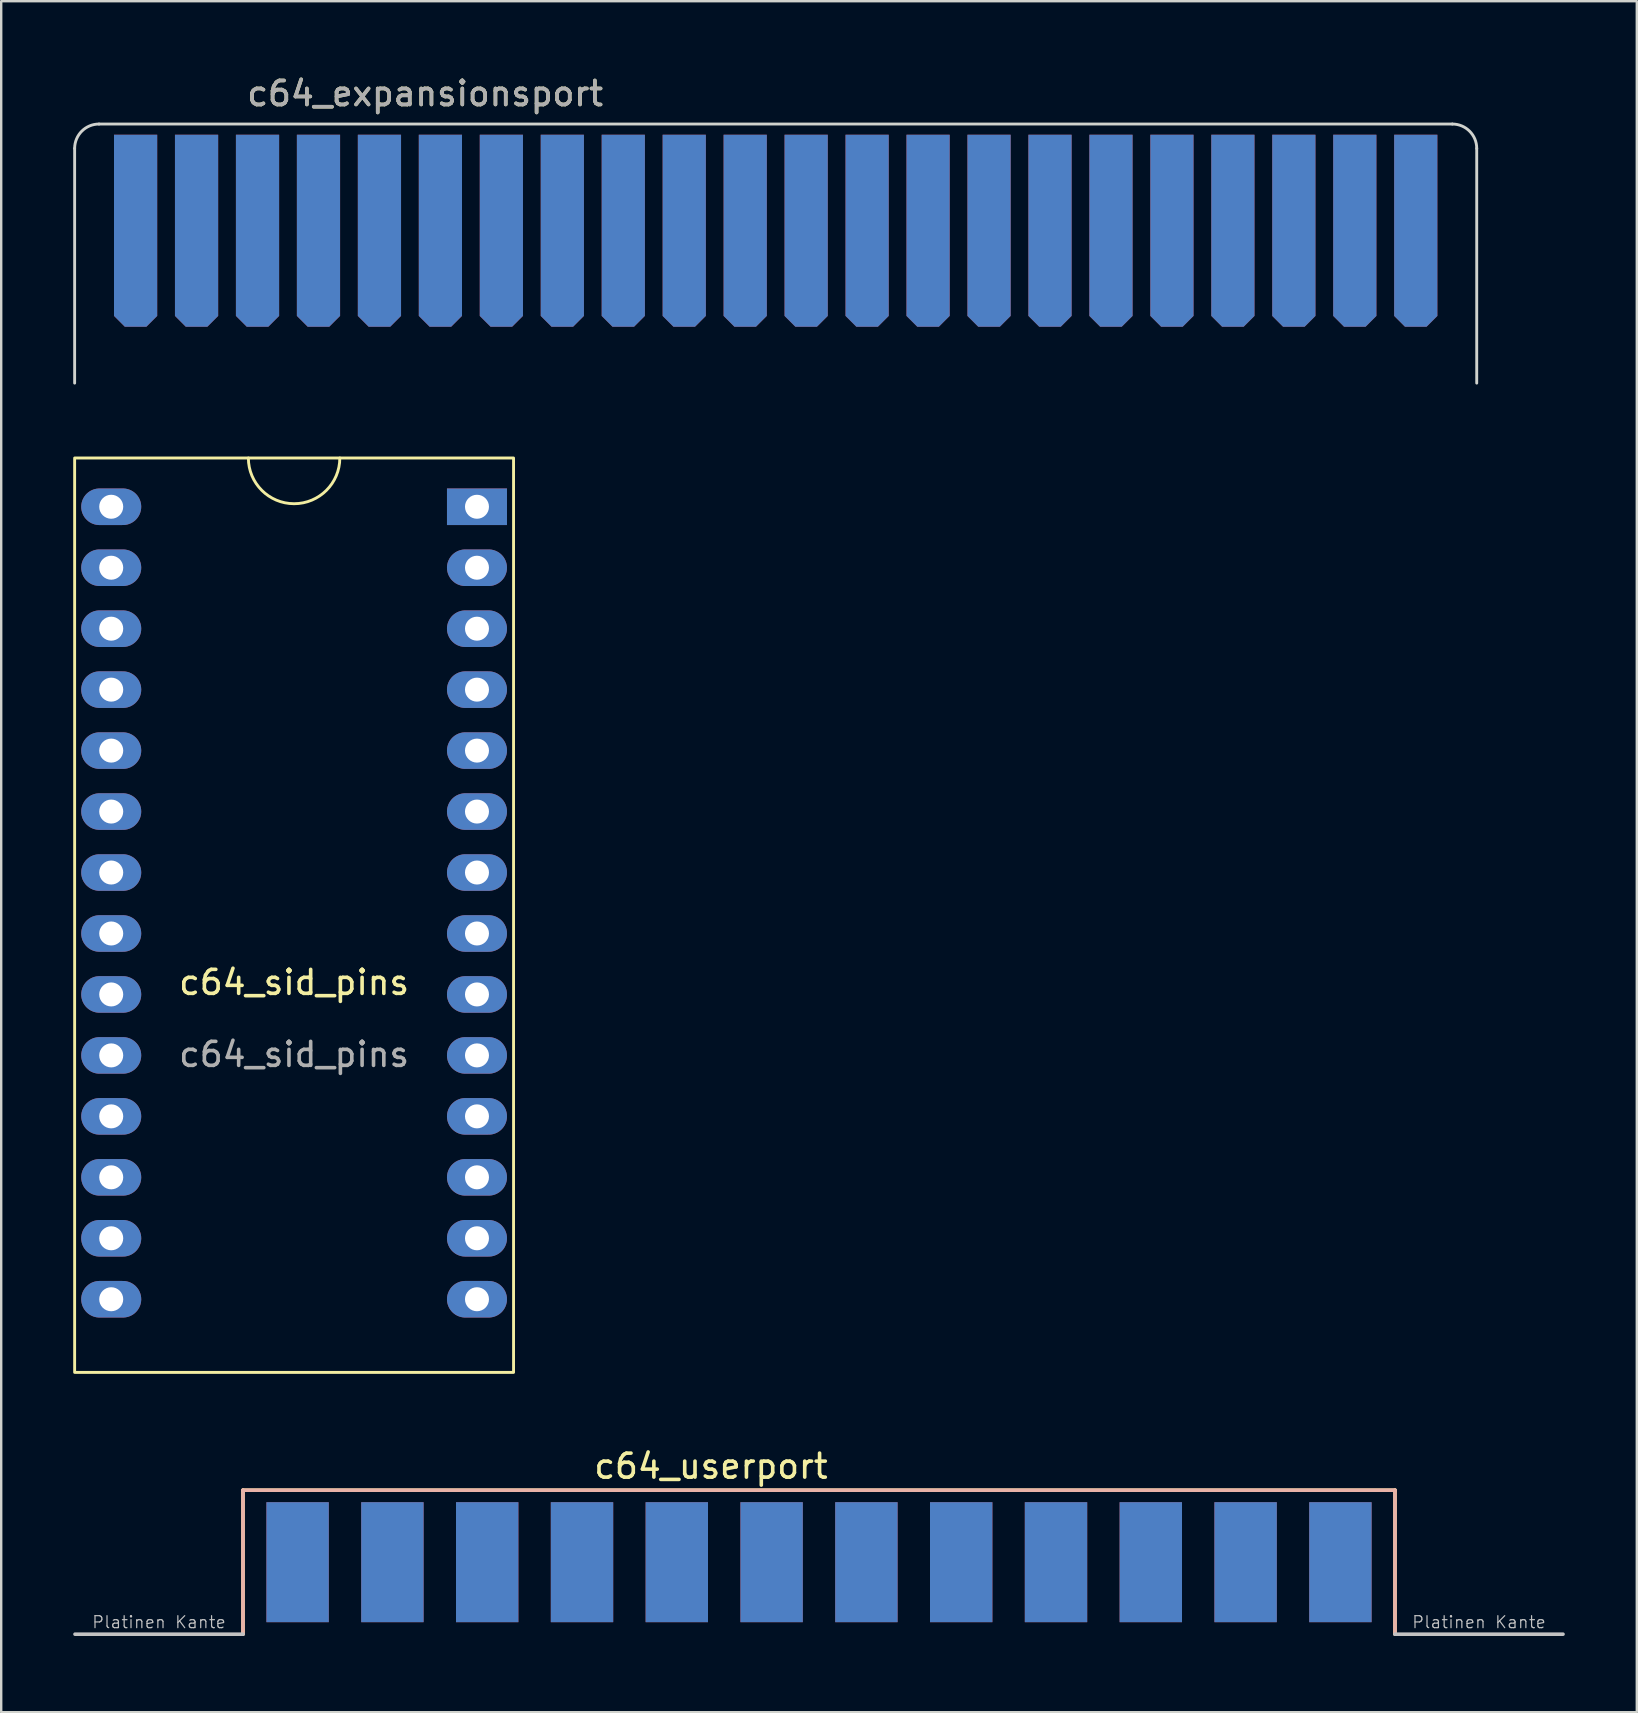
<source format=kicad_pcb>
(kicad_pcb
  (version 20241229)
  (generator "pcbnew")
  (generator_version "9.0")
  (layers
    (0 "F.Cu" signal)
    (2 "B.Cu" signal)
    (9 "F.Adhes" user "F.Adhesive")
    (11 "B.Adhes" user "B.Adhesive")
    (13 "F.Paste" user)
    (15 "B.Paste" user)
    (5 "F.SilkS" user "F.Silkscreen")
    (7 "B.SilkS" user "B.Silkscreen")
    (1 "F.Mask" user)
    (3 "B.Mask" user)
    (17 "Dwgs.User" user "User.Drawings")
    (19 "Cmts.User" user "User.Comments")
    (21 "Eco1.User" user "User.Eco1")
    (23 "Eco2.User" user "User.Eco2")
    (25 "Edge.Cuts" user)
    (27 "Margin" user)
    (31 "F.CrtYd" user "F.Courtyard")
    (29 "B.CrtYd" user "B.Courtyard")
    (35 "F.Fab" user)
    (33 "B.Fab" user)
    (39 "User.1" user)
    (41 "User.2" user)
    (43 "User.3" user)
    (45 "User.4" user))
  (footprint "c64_userport"
    (layer "F.Cu")
    (at 31.075 65.041)
    (property "Reference" "c64_userport" (at -4.5 -7 0) (layer "F.SilkS") (effects (font (size 1 1) (thickness 0.15))))
    (attr through_hole)
    (fp_line (start -24 -6) (end -24 0) (stroke (width 0.15) (type solid)) (layer "F.SilkS"))
    (fp_line (start 24 -6) (end -24 -6) (stroke (width 0.15) (type solid)) (layer "F.SilkS"))
    (fp_line (start 24 0) (end 24 -6) (stroke (width 0.15) (type solid)) (layer "F.SilkS"))
    (fp_line (start -24 -6) (end -24 0) (stroke (width 0.15) (type solid)) (layer "B.SilkS"))
    (fp_line (start 24 -6) (end -24 -6) (stroke (width 0.15) (type solid)) (layer "B.SilkS"))
    (fp_line (start 24 0) (end 24 -6) (stroke (width 0.15) (type solid)) (layer "B.SilkS"))
    (fp_line (start -24 0) (end -31 0) (stroke (width 0.15) (type solid)) (layer "Dwgs.User"))
    (fp_line (start 24 0) (end 31 0) (stroke (width 0.15) (type solid)) (layer "Dwgs.User"))
    (fp_text user "Platinen Kante" (at -27.5 -0.5 0) (layer "Dwgs.User") (effects (font (size 0.5 0.5) (thickness 0.05))))
    (fp_text user "Platinen Kante" (at 27.5 -0.5 0) (layer "Dwgs.User") (effects (font (size 0.5 0.5) (thickness 0.05))))
    (pad "1" smd rect (at 21.725 -3) (size 2.6 5) (layers "F.Cu" "F.Mask" "F.Paste"))
    (pad "2" smd rect (at 17.775 -3) (size 2.6 5) (layers "F.Cu" "F.Mask" "F.Paste"))
    (pad "3" smd rect (at 13.825 -3) (size 2.6 5) (layers "F.Cu" "F.Mask" "F.Paste"))
    (pad "4" smd rect (at 9.875 -3) (size 2.6 5) (layers "F.Cu" "F.Mask" "F.Paste"))
    (pad "5" smd rect (at 5.925 -3) (size 2.6 5) (layers "F.Cu" "F.Mask" "F.Paste"))
    (pad "6" smd rect (at 1.975 -3) (size 2.6 5) (layers "F.Cu" "F.Mask" "F.Paste"))
    (pad "7" smd rect (at -1.975 -3) (size 2.6 5) (layers "F.Cu" "F.Mask" "F.Paste"))
    (pad "8" smd rect (at -5.925 -3) (size 2.6 5) (layers "F.Cu" "F.Mask" "F.Paste"))
    (pad "9" smd rect (at -9.875 -3) (size 2.6 5) (layers "F.Cu" "F.Mask" "F.Paste"))
    (pad "10" smd rect (at -13.825 -3) (size 2.6 5) (layers "F.Cu" "F.Mask" "F.Paste"))
    (pad "11" smd rect (at -17.775 -3) (size 2.6 5) (layers "F.Cu" "F.Mask" "F.Paste"))
    (pad "12" smd rect (at -21.725 -3) (size 2.6 5) (layers "F.Cu" "F.Mask" "F.Paste"))
    (pad "A" smd rect (at 21.725 -3) (size 2.6 5) (layers "B.Cu" "B.Mask" "B.Paste"))
    (pad "B" smd rect (at 17.775 -3) (size 2.6 5) (layers "B.Cu" "B.Mask" "B.Paste"))
    (pad "C" smd rect (at 13.825 -3) (size 2.6 5) (layers "B.Cu" "B.Mask" "B.Paste"))
    (pad "D" smd rect (at 9.875 -3) (size 2.6 5) (layers "B.Cu" "B.Mask" "B.Paste"))
    (pad "E" smd rect (at 5.925 -3) (size 2.6 5) (layers "B.Cu" "B.Mask" "B.Paste"))
    (pad "F" smd rect (at 1.975 -3) (size 2.6 5) (layers "B.Cu" "B.Mask" "B.Paste"))
    (pad "H" smd rect (at -1.975 -3) (size 2.6 5) (layers "B.Cu" "B.Mask" "B.Paste"))
    (pad "J" smd rect (at -5.925 -3) (size 2.6 5) (layers "B.Cu" "B.Mask" "B.Paste"))
    (pad "K" smd rect (at -9.875 -3) (size 2.6 5) (layers "B.Cu" "B.Mask" "B.Paste"))
    (pad "L" smd rect (at -13.825 -3) (size 2.6 5) (layers "B.Cu" "B.Mask" "B.Paste"))
    (pad "M" smd rect (at -17.775 -3) (size 2.6 5) (layers "B.Cu" "B.Mask" "B.Paste"))
    (pad "N" smd rect (at -21.725 -3) (size 2.6 5) (layers "B.Cu" "B.Mask" "B.Paste")))
  (footprint "c64_expansionsport"
    (layer "F.Cu")
    (at 29.27 6.563)
    (property "Reference" "c64_expansionsport" (at -14.605 -5.715 0) (unlocked yes) (layer "F.SilkS") (effects (font (size 1 1) (thickness 0.15))))
    (attr smd exclude_from_bom dnp)
    (fp_rect (start -29.21 -4.445) (end 29.21 4.064) (stroke (width 0.12) (type solid)) (fill yes) (layer "F.Mask"))
    (fp_rect (start -29.21 -4.445) (end 29.21 4.064) (stroke (width 0.12) (type solid)) (fill yes) (layer "B.Mask"))
    (fp_line (start -29.21 -3.429) (end -29.21 6.35) (stroke (width 0.12) (type solid)) (layer "Edge.Cuts"))
    (fp_line (start -28.194 -4.445) (end 28.194 -4.445) (stroke (width 0.12) (type solid)) (layer "Edge.Cuts"))
    (fp_line (start 29.21 -3.429) (end 29.21 6.35) (stroke (width 0.12) (type solid)) (layer "Edge.Cuts"))
    (fp_arc (start -29.21 -3.429) (mid -28.91242 -4.14742) (end -28.194 -4.445) (stroke (width 0.12) (type solid)) (layer "Edge.Cuts"))
    (fp_arc (start 28.194 -4.445002) (mid 28.91242 -4.147422) (end 29.21 -3.429002) (stroke (width 0.12) (type solid)) (layer "Edge.Cuts"))
    (fp_text user "${REFERENCE}" (at -14.605 -5.715 0) (unlocked yes) (layer "F.Fab") (effects (font (size 1 1) (thickness 0.15))))
    (pad "1" smd roundrect (at 26.67 0) (size 1.8 8) (layers "F.Cu") (roundrect_rratio 0) (chamfer_ratio 0.25) (chamfer bottom_left bottom_right))
    (pad "2" smd roundrect (at 24.13 0) (size 1.8 8) (layers "F.Cu") (roundrect_rratio 0) (chamfer_ratio 0.25) (chamfer bottom_left bottom_right))
    (pad "3" smd roundrect (at 21.59 0) (size 1.8 8) (layers "F.Cu") (roundrect_rratio 0) (chamfer_ratio 0.25) (chamfer bottom_left bottom_right))
    (pad "4" smd roundrect (at 19.05 0) (size 1.8 8) (layers "F.Cu") (roundrect_rratio 0) (chamfer_ratio 0.25) (chamfer bottom_left bottom_right))
    (pad "5" smd roundrect (at 16.51 0) (size 1.8 8) (layers "F.Cu") (roundrect_rratio 0) (chamfer_ratio 0.25) (chamfer bottom_left bottom_right))
    (pad "6" smd roundrect (at 13.97 0) (size 1.8 8) (layers "F.Cu") (roundrect_rratio 0) (chamfer_ratio 0.25) (chamfer bottom_left bottom_right))
    (pad "7" smd roundrect (at 11.43 0) (size 1.8 8) (layers "F.Cu") (roundrect_rratio 0) (chamfer_ratio 0.25) (chamfer bottom_left bottom_right))
    (pad "8" smd roundrect (at 8.89 0) (size 1.8 8) (layers "F.Cu") (roundrect_rratio 0) (chamfer_ratio 0.25) (chamfer bottom_left bottom_right))
    (pad "9" smd roundrect (at 6.35 0) (size 1.8 8) (layers "F.Cu") (roundrect_rratio 0) (chamfer_ratio 0.25) (chamfer bottom_left bottom_right))
    (pad "10" smd roundrect (at 3.81 0) (size 1.8 8) (layers "F.Cu") (roundrect_rratio 0) (chamfer_ratio 0.25) (chamfer bottom_left bottom_right))
    (pad "11" smd roundrect (at 1.27 0) (size 1.8 8) (layers "F.Cu") (roundrect_rratio 0) (chamfer_ratio 0.25) (chamfer bottom_left bottom_right))
    (pad "12" smd roundrect (at -1.27 0) (size 1.8 8) (layers "F.Cu") (roundrect_rratio 0) (chamfer_ratio 0.25) (chamfer bottom_left bottom_right))
    (pad "13" smd roundrect (at -3.81 0) (size 1.8 8) (layers "F.Cu") (roundrect_rratio 0) (chamfer_ratio 0.25) (chamfer bottom_left bottom_right))
    (pad "14" smd roundrect (at -6.35 0) (size 1.8 8) (layers "F.Cu") (roundrect_rratio 0) (chamfer_ratio 0.25) (chamfer bottom_left bottom_right))
    (pad "15" smd roundrect (at -8.89 0) (size 1.8 8) (layers "F.Cu") (roundrect_rratio 0) (chamfer_ratio 0.25) (chamfer bottom_left bottom_right))
    (pad "16" smd roundrect (at -11.43 0) (size 1.8 8) (layers "F.Cu") (roundrect_rratio 0) (chamfer_ratio 0.25) (chamfer bottom_left bottom_right))
    (pad "17" smd roundrect (at -13.97 0) (size 1.8 8) (layers "F.Cu") (roundrect_rratio 0) (chamfer_ratio 0.25) (chamfer bottom_left bottom_right))
    (pad "18" smd roundrect (at -16.51 0) (size 1.8 8) (layers "F.Cu") (roundrect_rratio 0) (chamfer_ratio 0.25) (chamfer bottom_left bottom_right))
    (pad "19" smd roundrect (at -19.05 0) (size 1.8 8) (layers "F.Cu") (roundrect_rratio 0) (chamfer_ratio 0.25) (chamfer bottom_left bottom_right))
    (pad "20" smd roundrect (at -21.59 0) (size 1.8 8) (layers "F.Cu") (roundrect_rratio 0) (chamfer_ratio 0.25) (chamfer bottom_left bottom_right))
    (pad "21" smd roundrect (at -24.13 0) (size 1.8 8) (layers "F.Cu") (roundrect_rratio 0) (chamfer_ratio 0.25) (chamfer bottom_left bottom_right))
    (pad "22" smd roundrect (at -26.67 0) (size 1.8 8) (layers "F.Cu") (roundrect_rratio 0) (chamfer_ratio 0.25) (chamfer bottom_left bottom_right))
    (pad "A" smd roundrect (at 26.67 0) (size 1.8 8) (layers "B.Cu") (roundrect_rratio 0) (chamfer_ratio 0.25) (chamfer bottom_left bottom_right))
    (pad "B" smd roundrect (at 24.13 0) (size 1.8 8) (layers "B.Cu") (roundrect_rratio 0) (chamfer_ratio 0.25) (chamfer bottom_left bottom_right))
    (pad "C" smd roundrect (at 21.59 0) (size 1.8 8) (layers "B.Cu") (roundrect_rratio 0) (chamfer_ratio 0.25) (chamfer bottom_left bottom_right))
    (pad "D" smd roundrect (at 19.05 0) (size 1.8 8) (layers "B.Cu") (roundrect_rratio 0) (chamfer_ratio 0.25) (chamfer bottom_left bottom_right))
    (pad "E" smd roundrect (at 16.51 0) (size 1.8 8) (layers "B.Cu") (roundrect_rratio 0) (chamfer_ratio 0.25) (chamfer bottom_left bottom_right))
    (pad "F" smd roundrect (at 13.97 0) (size 1.8 8) (layers "B.Cu") (roundrect_rratio 0) (chamfer_ratio 0.25) (chamfer bottom_left bottom_right))
    (pad "H" smd roundrect (at 11.43 0) (size 1.8 8) (layers "B.Cu") (roundrect_rratio 0) (chamfer_ratio 0.25) (chamfer bottom_left bottom_right))
    (pad "J" smd roundrect (at 8.89 0) (size 1.8 8) (layers "B.Cu") (roundrect_rratio 0) (chamfer_ratio 0.25) (chamfer bottom_left bottom_right))
    (pad "K" smd roundrect (at 6.35 0) (size 1.8 8) (layers "B.Cu") (roundrect_rratio 0) (chamfer_ratio 0.25) (chamfer bottom_left bottom_right))
    (pad "L" smd roundrect (at 3.81 0) (size 1.8 8) (layers "B.Cu") (roundrect_rratio 0) (chamfer_ratio 0.25) (chamfer bottom_left bottom_right))
    (pad "M" smd roundrect (at 1.27 0) (size 1.8 8) (layers "B.Cu") (roundrect_rratio 0) (chamfer_ratio 0.25) (chamfer bottom_left bottom_right))
    (pad "N" smd roundrect (at -1.27 0) (size 1.8 8) (layers "B.Cu") (roundrect_rratio 0) (chamfer_ratio 0.25) (chamfer bottom_left bottom_right))
    (pad "P" smd roundrect (at -3.81 0) (size 1.8 8) (layers "B.Cu") (roundrect_rratio 0) (chamfer_ratio 0.25) (chamfer bottom_left bottom_right))
    (pad "R" smd roundrect (at -6.35 0) (size 1.8 8) (layers "B.Cu") (roundrect_rratio 0) (chamfer_ratio 0.25) (chamfer bottom_left bottom_right))
    (pad "S" smd roundrect (at -8.89 0) (size 1.8 8) (layers "B.Cu") (roundrect_rratio 0) (chamfer_ratio 0.25) (chamfer bottom_left bottom_right))
    (pad "T" smd roundrect (at -11.43 0) (size 1.8 8) (layers "B.Cu") (roundrect_rratio 0) (chamfer_ratio 0.25) (chamfer bottom_left bottom_right))
    (pad "U" smd roundrect (at -13.97 0) (size 1.8 8) (layers "B.Cu") (roundrect_rratio 0) (chamfer_ratio 0.25) (chamfer bottom_left bottom_right))
    (pad "V" smd roundrect (at -16.51 0) (size 1.8 8) (layers "B.Cu") (roundrect_rratio 0) (chamfer_ratio 0.25) (chamfer bottom_left bottom_right))
    (pad "W" smd roundrect (at -19.05 0) (size 1.8 8) (layers "B.Cu") (roundrect_rratio 0) (chamfer_ratio 0.25) (chamfer bottom_left bottom_right))
    (pad "X" smd roundrect (at -21.59 0) (size 1.8 8) (layers "B.Cu") (roundrect_rratio 0) (chamfer_ratio 0.25) (chamfer bottom_left bottom_right))
    (pad "Y" smd roundrect (at -24.13 0) (size 1.8 8) (layers "B.Cu") (roundrect_rratio 0) (chamfer_ratio 0.25) (chamfer bottom_left bottom_right))
    (pad "Z" smd roundrect (at -26.67 0) (size 1.8 8) (layers "B.Cu") (roundrect_rratio 0) (chamfer_ratio 0.25) (chamfer bottom_left bottom_right)))
  (footprint "c64_sid_pins"
    (layer "F.Cu")
    (at 9.204 34.575)
    (property "Reference" "c64_sid_pins" (at 0 3.31 0) (unlocked yes) (layer "F.SilkS") (effects (font (size 1 1) (thickness 0.15))))
    (attr through_hole)
    (fp_rect (start -9.144 -18.542) (end 9.144 19.558) (stroke (width 0.12) (type solid)) (fill no) (layer "F.SilkS"))
    (fp_arc (start 1.905 -18.542) (mid 0 -16.637) (end -1.905 -18.542) (stroke (width 0.12) (type solid)) (layer "F.SilkS"))
    (fp_text user "${REFERENCE}" (at 0 6.31 0) (unlocked yes) (layer "F.Fab") (effects (font (size 1 1) (thickness 0.15))))
    (pad "1" thru_hole rect (at 7.62 -16.51) (size 2.5 1.524) (drill 1) (layers "*.Cu" "*.Mask"))
    (pad "2" thru_hole oval (at 7.62 -13.97) (size 2.5 1.524) (drill 1) (layers "*.Cu" "*.Mask"))
    (pad "3" thru_hole oval (at 7.62 -11.43) (size 2.5 1.524) (drill 1) (layers "*.Cu" "*.Mask"))
    (pad "4" thru_hole oval (at 7.62 -8.89) (size 2.5 1.524) (drill 1) (layers "*.Cu" "*.Mask"))
    (pad "5" thru_hole oval (at 7.62 -6.35) (size 2.5 1.524) (drill 1) (layers "*.Cu" "*.Mask"))
    (pad "6" thru_hole oval (at 7.62 -3.81) (size 2.5 1.524) (drill 1) (layers "*.Cu" "*.Mask"))
    (pad "7" thru_hole oval (at 7.62 -1.27) (size 2.5 1.524) (drill 1) (layers "*.Cu" "*.Mask"))
    (pad "8" thru_hole oval (at 7.62 1.27) (size 2.5 1.524) (drill 1) (layers "*.Cu" "*.Mask"))
    (pad "9" thru_hole oval (at 7.62 3.81) (size 2.5 1.524) (drill 1) (layers "*.Cu" "*.Mask"))
    (pad "10" thru_hole oval (at 7.62 6.35) (size 2.5 1.524) (drill 1) (layers "*.Cu" "*.Mask"))
    (pad "11" thru_hole oval (at 7.62 8.89) (size 2.5 1.524) (drill 1) (layers "*.Cu" "*.Mask"))
    (pad "12" thru_hole oval (at 7.62 11.43) (size 2.5 1.524) (drill 1) (layers "*.Cu" "*.Mask"))
    (pad "13" thru_hole oval (at 7.62 13.97) (size 2.5 1.524) (drill 1) (layers "*.Cu" "*.Mask"))
    (pad "14" thru_hole oval (at 7.62 16.51) (size 2.5 1.524) (drill 1) (layers "*.Cu" "*.Mask"))
    (pad "15" thru_hole oval (at -7.62 16.51) (size 2.5 1.524) (drill 1) (layers "*.Cu" "*.Mask"))
    (pad "16" thru_hole oval (at -7.62 13.97) (size 2.5 1.524) (drill 1) (layers "*.Cu" "*.Mask"))
    (pad "17" thru_hole oval (at -7.62 11.43) (size 2.5 1.524) (drill 1) (layers "*.Cu" "*.Mask"))
    (pad "18" thru_hole oval (at -7.62 8.89) (size 2.5 1.524) (drill 1) (layers "*.Cu" "*.Mask"))
    (pad "19" thru_hole oval (at -7.62 6.35) (size 2.5 1.524) (drill 1) (layers "*.Cu" "*.Mask"))
    (pad "20" thru_hole oval (at -7.62 3.81) (size 2.5 1.524) (drill 1) (layers "*.Cu" "*.Mask"))
    (pad "21" thru_hole oval (at -7.62 1.27) (size 2.5 1.524) (drill 1) (layers "*.Cu" "*.Mask"))
    (pad "22" thru_hole oval (at -7.62 -1.27) (size 2.5 1.524) (drill 1) (layers "*.Cu" "*.Mask"))
    (pad "23" thru_hole oval (at -7.62 -3.81) (size 2.5 1.524) (drill 1) (layers "*.Cu" "*.Mask"))
    (pad "24" thru_hole oval (at -7.62 -6.35) (size 2.5 1.524) (drill 1) (layers "*.Cu" "*.Mask"))
    (pad "25" thru_hole oval (at -7.62 -8.89) (size 2.5 1.524) (drill 1) (layers "*.Cu" "*.Mask"))
    (pad "26" thru_hole oval (at -7.62 -11.43) (size 2.5 1.524) (drill 1) (layers "*.Cu" "*.Mask"))
    (pad "27" thru_hole oval (at -7.62 -13.97) (size 2.5 1.524) (drill 1) (layers "*.Cu" "*.Mask"))
    (pad "28" thru_hole oval (at -7.62 -16.51) (size 2.5 1.524) (drill 1) (layers "*.Cu" "*.Mask")))
  (gr_rect
    (start -3 -3)
    (end 65.15 68.291)
    (stroke (width 0.1) (type default))
    (fill no)
    (layer "Edge.Cuts")))
</source>
